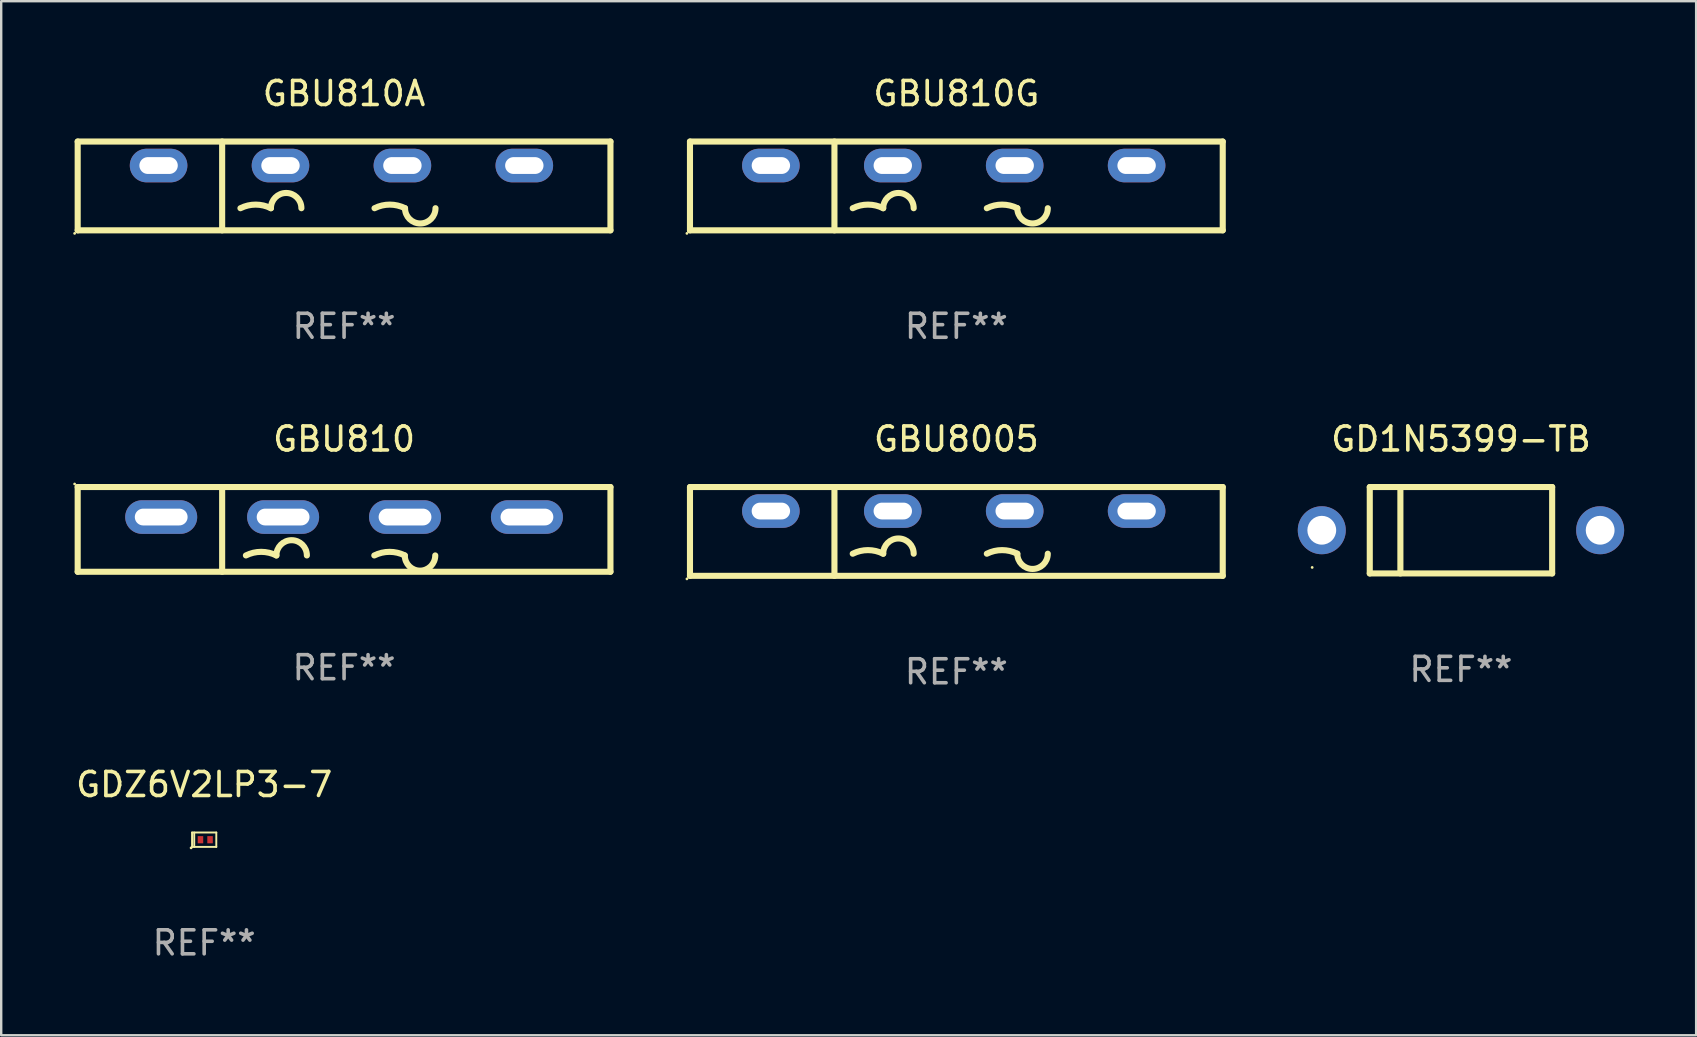
<source format=kicad_pcb>
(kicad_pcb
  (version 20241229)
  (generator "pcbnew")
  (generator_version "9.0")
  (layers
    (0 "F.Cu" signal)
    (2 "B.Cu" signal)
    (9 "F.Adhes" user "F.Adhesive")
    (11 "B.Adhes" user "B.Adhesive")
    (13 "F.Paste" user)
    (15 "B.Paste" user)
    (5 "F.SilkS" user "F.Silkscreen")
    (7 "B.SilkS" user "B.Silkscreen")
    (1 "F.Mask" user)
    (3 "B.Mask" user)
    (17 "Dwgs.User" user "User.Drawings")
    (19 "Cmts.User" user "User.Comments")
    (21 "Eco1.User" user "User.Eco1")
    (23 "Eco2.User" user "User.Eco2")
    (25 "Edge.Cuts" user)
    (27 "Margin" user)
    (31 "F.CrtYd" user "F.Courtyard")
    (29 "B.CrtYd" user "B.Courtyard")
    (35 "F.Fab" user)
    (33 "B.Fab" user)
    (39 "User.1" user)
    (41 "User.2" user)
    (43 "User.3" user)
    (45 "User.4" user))
  (footprint "GBU810"
    (layer "F.Cu")
    (at 11.287 19.01)
    (property "Reference" "GBU810" (at 0 -3.765 0) (layer "F.SilkS") (effects (font (size 1 1) (thickness 0.15))))
    (attr through_hole)
    (fp_line (start -11.1 -1.765) (end 11.1 -1.765) (stroke (width 0.254) (type solid)) (layer "F.SilkS"))
    (fp_line (start -11.1 1.765) (end -11.1 -1.765) (stroke (width 0.254) (type solid)) (layer "F.SilkS"))
    (fp_line (start -5.08 -1.765) (end -5.08 1.765) (stroke (width 0.254) (type solid)) (layer "F.SilkS"))
    (fp_line (start 11.1 -1.765) (end 11.1 1.765) (stroke (width 0.254) (type solid)) (layer "F.SilkS"))
    (fp_line (start 11.1 1.765) (end -11.1 1.765) (stroke (width 0.254) (type solid)) (layer "F.SilkS"))
    (fp_arc (start -4.089992 1.084963) (mid -3.454991 0.93506) (end -2.819989 1.084963) (stroke (width 0.254001) (type solid)) (layer "F.SilkS"))
    (fp_arc (start -2.819991 1.084963) (mid -2.184989 0.449961) (end -1.549987 1.084963) (stroke (width 0.254001) (type solid)) (layer "F.SilkS"))
    (fp_arc (start 1.259995 1.084963) (mid 1.894996 0.93506) (end 2.529998 1.084963) (stroke (width 0.254001) (type solid)) (layer "F.SilkS"))
    (fp_arc (start 3.8 1.084963) (mid 3.164999 1.719964) (end 2.529998 1.084963) (stroke (width 0.254001) (type solid)) (layer "F.SilkS"))
    (fp_circle (center -11.227 -1.892) (end -11.197 -1.892) (stroke (width 0.06) (type solid)) (fill no) (layer "F.SilkS"))
    (fp_text user "-" (at 8.65 3.335 0) (layer "B.Mask") (effects (font (size 1 1) (thickness 0.15))))
    (fp_text user "+" (at -7 3.085 0) (layer "B.Mask") (effects (font (size 1 1) (thickness 0.15))))
    (fp_text user "REF**" (at 0 5.765 0) (layer "F.Fab") (effects (font (size 1 1) (thickness 0.15))))
    (pad "1" thru_hole oval (at -7.62 -0.515 180) (size 3 1.4) (drill oval 2.2 0.7) (layers "*.Cu" "*.Mask"))
    (pad "2" thru_hole oval (at -2.54 -0.515 180) (size 3 1.4) (drill oval 2.2 0.7) (layers "*.Cu" "*.Mask"))
    (pad "3" thru_hole oval (at 2.54 -0.515 180) (size 3 1.4) (drill oval 2.2 0.7) (layers "*.Cu" "*.Mask"))
    (pad "4" thru_hole oval (at 7.62 -0.515 180) (size 3 1.4) (drill oval 2.2 0.7) (layers "*.Cu" "*.Mask")))
  (footprint "GBU810A"
    (layer "F.Cu")
    (at 11.287 4.698)
    (property "Reference" "GBU810A" (at 0 -3.85 0) (layer "F.SilkS") (effects (font (size 1 1) (thickness 0.15))))
    (attr through_hole)
    (fp_line (start -11.1 -1.85) (end 11.1 -1.85) (stroke (width 0.254) (type solid)) (layer "F.SilkS"))
    (fp_line (start -11.1 1.85) (end -11.1 -1.85) (stroke (width 0.254) (type solid)) (layer "F.SilkS"))
    (fp_line (start -5.08 -1.85) (end -5.08 1.85) (stroke (width 0.254) (type solid)) (layer "F.SilkS"))
    (fp_line (start 11.1 -1.85) (end 11.1 1.85) (stroke (width 0.254) (type solid)) (layer "F.SilkS"))
    (fp_line (start 11.1 1.85) (end -11.1 1.85) (stroke (width 0.254) (type solid)) (layer "F.SilkS"))
    (fp_arc (start -4.318009 0.927991) (mid -3.683008 0.778087) (end -3.048007 0.92799) (stroke (width 0.254001) (type solid)) (layer "F.SilkS"))
    (fp_arc (start -3.048006 0.927991) (mid -2.413005 0.29299) (end -1.778004 0.927991) (stroke (width 0.254001) (type solid)) (layer "F.SilkS"))
    (fp_arc (start 1.270003 0.927991) (mid 1.905004 0.778088) (end 2.540005 0.927991) (stroke (width 0.254001) (type solid)) (layer "F.SilkS"))
    (fp_arc (start 3.810008 0.927991) (mid 3.175006 1.562993) (end 2.540004 0.927991) (stroke (width 0.254001) (type solid)) (layer "F.SilkS"))
    (fp_circle (center -11.227 1.977) (end -11.197 1.977) (stroke (width 0.06) (type solid)) (fill no) (layer "F.SilkS"))
    (fp_text user "+" (at -8.549 0.85 0) (layer "B.Mask") (effects (font (size 1 1) (thickness 0.15))))
    (fp_text user "-" (at 6.751 0.85 0) (layer "B.Mask") (effects (font (size 1 1) (thickness 0.15))))
    (fp_text user "REF**" (at 0 5.85 0) (layer "F.Fab") (effects (font (size 1 1) (thickness 0.15))))
    (pad "1" thru_hole oval (at -7.729 -0.85 180) (size 2.4 1.4) (drill oval 1.6 0.7) (layers "*.Cu" "*.Mask"))
    (pad "2" thru_hole oval (at -2.649 -0.85 180) (size 2.4 1.4) (drill oval 1.6 0.7) (layers "*.Cu" "*.Mask"))
    (pad "3" thru_hole oval (at 2.431 -0.85 180) (size 2.4 1.4) (drill oval 1.6 0.7) (layers "*.Cu" "*.Mask"))
    (pad "4" thru_hole oval (at 7.511 -0.85 180) (size 2.4 1.4) (drill oval 1.6 0.7) (layers "*.Cu" "*.Mask")))
  (footprint "GBU8005"
    (layer "F.Cu")
    (at 36.801 19.095)
    (property "Reference" "GBU8005" (at 0 -3.85 0) (layer "F.SilkS") (effects (font (size 1 1) (thickness 0.15))))
    (attr through_hole)
    (fp_line (start -11.1 -1.85) (end 11.1 -1.85) (stroke (width 0.254) (type solid)) (layer "F.SilkS"))
    (fp_line (start -11.1 1.85) (end -11.1 -1.85) (stroke (width 0.254) (type solid)) (layer "F.SilkS"))
    (fp_line (start -5.08 -1.85) (end -5.08 1.85) (stroke (width 0.254) (type solid)) (layer "F.SilkS"))
    (fp_line (start 11.1 -1.85) (end 11.1 1.85) (stroke (width 0.254) (type solid)) (layer "F.SilkS"))
    (fp_line (start 11.1 1.85) (end -11.1 1.85) (stroke (width 0.254) (type solid)) (layer "F.SilkS"))
    (fp_arc (start -4.318009 0.927991) (mid -3.683008 0.778087) (end -3.048007 0.92799) (stroke (width 0.254001) (type solid)) (layer "F.SilkS"))
    (fp_arc (start -3.048006 0.927991) (mid -2.413005 0.29299) (end -1.778004 0.927991) (stroke (width 0.254001) (type solid)) (layer "F.SilkS"))
    (fp_arc (start 1.270003 0.927991) (mid 1.905004 0.778088) (end 2.540005 0.927991) (stroke (width 0.254001) (type solid)) (layer "F.SilkS"))
    (fp_arc (start 3.810008 0.927991) (mid 3.175006 1.562993) (end 2.540004 0.927991) (stroke (width 0.254001) (type solid)) (layer "F.SilkS"))
    (fp_circle (center -11.227 1.977) (end -11.197 1.977) (stroke (width 0.06) (type solid)) (fill no) (layer "F.SilkS"))
    (fp_text user "-" (at 6.751 0.85 0) (layer "B.Mask") (effects (font (size 1 1) (thickness 0.15))))
    (fp_text user "+" (at -8.549 0.85 0) (layer "B.Mask") (effects (font (size 1 1) (thickness 0.15))))
    (fp_text user "REF**" (at 0 5.85 0) (layer "F.Fab") (effects (font (size 1 1) (thickness 0.15))))
    (pad "1" thru_hole oval (at -7.729 -0.85 180) (size 2.4 1.4) (drill oval 1.6 0.7) (layers "*.Cu" "*.Mask"))
    (pad "2" thru_hole oval (at -2.649 -0.85 180) (size 2.4 1.4) (drill oval 1.6 0.7) (layers "*.Cu" "*.Mask"))
    (pad "3" thru_hole oval (at 2.431 -0.85 180) (size 2.4 1.4) (drill oval 1.6 0.7) (layers "*.Cu" "*.Mask"))
    (pad "4" thru_hole oval (at 7.511 -0.85 180) (size 2.4 1.4) (drill oval 1.6 0.7) (layers "*.Cu" "*.Mask")))
  (footprint "GBU810G"
    (layer "F.Cu")
    (at 36.801 4.698)
    (property "Reference" "GBU810G" (at 0 -3.85 0) (layer "F.SilkS") (effects (font (size 1 1) (thickness 0.15))))
    (attr through_hole)
    (fp_line (start -11.1 -1.85) (end 11.1 -1.85) (stroke (width 0.254) (type solid)) (layer "F.SilkS"))
    (fp_line (start -11.1 1.85) (end -11.1 -1.85) (stroke (width 0.254) (type solid)) (layer "F.SilkS"))
    (fp_line (start -5.08 -1.85) (end -5.08 1.85) (stroke (width 0.254) (type solid)) (layer "F.SilkS"))
    (fp_line (start 11.1 -1.85) (end 11.1 1.85) (stroke (width 0.254) (type solid)) (layer "F.SilkS"))
    (fp_line (start 11.1 1.85) (end -11.1 1.85) (stroke (width 0.254) (type solid)) (layer "F.SilkS"))
    (fp_arc (start -4.318009 0.927991) (mid -3.683008 0.778087) (end -3.048007 0.92799) (stroke (width 0.254001) (type solid)) (layer "F.SilkS"))
    (fp_arc (start -3.048006 0.927991) (mid -2.413005 0.29299) (end -1.778004 0.927991) (stroke (width 0.254001) (type solid)) (layer "F.SilkS"))
    (fp_arc (start 1.270003 0.927991) (mid 1.905004 0.778088) (end 2.540005 0.927991) (stroke (width 0.254001) (type solid)) (layer "F.SilkS"))
    (fp_arc (start 3.810008 0.927991) (mid 3.175006 1.562993) (end 2.540004 0.927991) (stroke (width 0.254001) (type solid)) (layer "F.SilkS"))
    (fp_circle (center -11.227 1.977) (end -11.197 1.977) (stroke (width 0.06) (type solid)) (fill no) (layer "F.SilkS"))
    (fp_text user "-" (at 6.751 0.85 0) (layer "B.Mask") (effects (font (size 1 1) (thickness 0.15))))
    (fp_text user "+" (at -8.549 0.85 0) (layer "B.Mask") (effects (font (size 1 1) (thickness 0.15))))
    (fp_text user "REF**" (at 0 5.85 0) (layer "F.Fab") (effects (font (size 1 1) (thickness 0.15))))
    (pad "1" thru_hole oval (at -7.729 -0.85 180) (size 2.4 1.4) (drill oval 1.6 0.7) (layers "*.Cu" "*.Mask"))
    (pad "2" thru_hole oval (at -2.649 -0.85 180) (size 2.4 1.4) (drill oval 1.6 0.7) (layers "*.Cu" "*.Mask"))
    (pad "3" thru_hole oval (at 2.431 -0.85 180) (size 2.4 1.4) (drill oval 1.6 0.7) (layers "*.Cu" "*.Mask"))
    (pad "4" thru_hole oval (at 7.511 -0.85 180) (size 2.4 1.4) (drill oval 1.6 0.7) (layers "*.Cu" "*.Mask")))
  (footprint "GD1N5399-TB"
    (layer "F.Cu")
    (at 57.828 19.045)
    (property "Reference" "GD1N5399-TB" (at 0 -3.8 0) (layer "F.SilkS") (effects (font (size 1 1) (thickness 0.15))))
    (attr through_hole)
    (fp_line (start -3.8 -1.8) (end -3.8 1.8) (stroke (width 0.254) (type solid)) (layer "F.SilkS"))
    (fp_line (start -3.8 -1.8) (end 3.8 -1.8) (stroke (width 0.254) (type solid)) (layer "F.SilkS"))
    (fp_line (start -3.8 1.8) (end 3.8 1.8) (stroke (width 0.254) (type solid)) (layer "F.SilkS"))
    (fp_line (start -2.524 -1.8) (end -2.524 1.8) (stroke (width 0.254) (type solid)) (layer "F.SilkS"))
    (fp_line (start 3.8 -1.8) (end 3.8 1.8) (stroke (width 0.254) (type solid)) (layer "F.SilkS"))
    (fp_circle (center -6.2 1.55) (end -6.17 1.55) (stroke (width 0.06) (type solid)) (fill no) (layer "F.SilkS"))
    (fp_text user "REF**" (at 0 5.8 0) (layer "F.Fab") (effects (font (size 1 1) (thickness 0.15))))
    (pad "1" thru_hole circle (at -5.8 0) (size 2 2) (drill 1.2) (layers "*.Cu" "*.Mask"))
    (pad "2" thru_hole circle (at 5.8 0) (size 2 2) (drill 1.2) (layers "*.Cu" "*.Mask")))
  (footprint "GDZ6V2LP3-7"
    (layer "F.Cu")
    (at 5.458 31.941)
    (property "Reference" "GDZ6V2LP3-7" (at 0 -2.3 0) (layer "F.SilkS") (effects (font (size 1 1) (thickness 0.15))))
    (attr through_hole)
    (fp_line (start -0.505 -0.3) (end -0.505 0.3) (stroke (width 0.08) (type solid)) (layer "F.SilkS"))
    (fp_line (start -0.505 -0.3) (end 0.505 -0.3) (stroke (width 0.08) (type solid)) (layer "F.SilkS"))
    (fp_line (start -0.505 0.3) (end 0.505 0.3) (stroke (width 0.08) (type solid)) (layer "F.SilkS"))
    (fp_line (start -0.415 -0.3) (end -0.415 0.3) (stroke (width 0.08) (type solid)) (layer "F.SilkS"))
    (fp_line (start 0.505 -0.3) (end 0.505 0.3) (stroke (width 0.08) (type solid)) (layer "F.SilkS"))
    (fp_circle (center -0.545 0.34) (end -0.515 0.34) (stroke (width 0.06) (type solid)) (fill no) (layer "F.SilkS"))
    (fp_text user "REF**" (at 0 4.3 0) (layer "F.Fab") (effects (font (size 1 1) (thickness 0.15))))
    (pad "1" smd rect (at -0.155 0 180) (size 0.23 0.3) (layers "F.Cu" "F.Mask" "F.Paste"))
    (pad "2" smd rect (at 0.245 0 180) (size 0.23 0.3) (layers "F.Cu" "F.Mask" "F.Paste")))
  (gr_rect
    (start -3 -3)
    (end 67.628 40.09)
    (stroke (width 0.1) (type default))
    (fill no)
    (layer "Edge.Cuts")))
</source>
